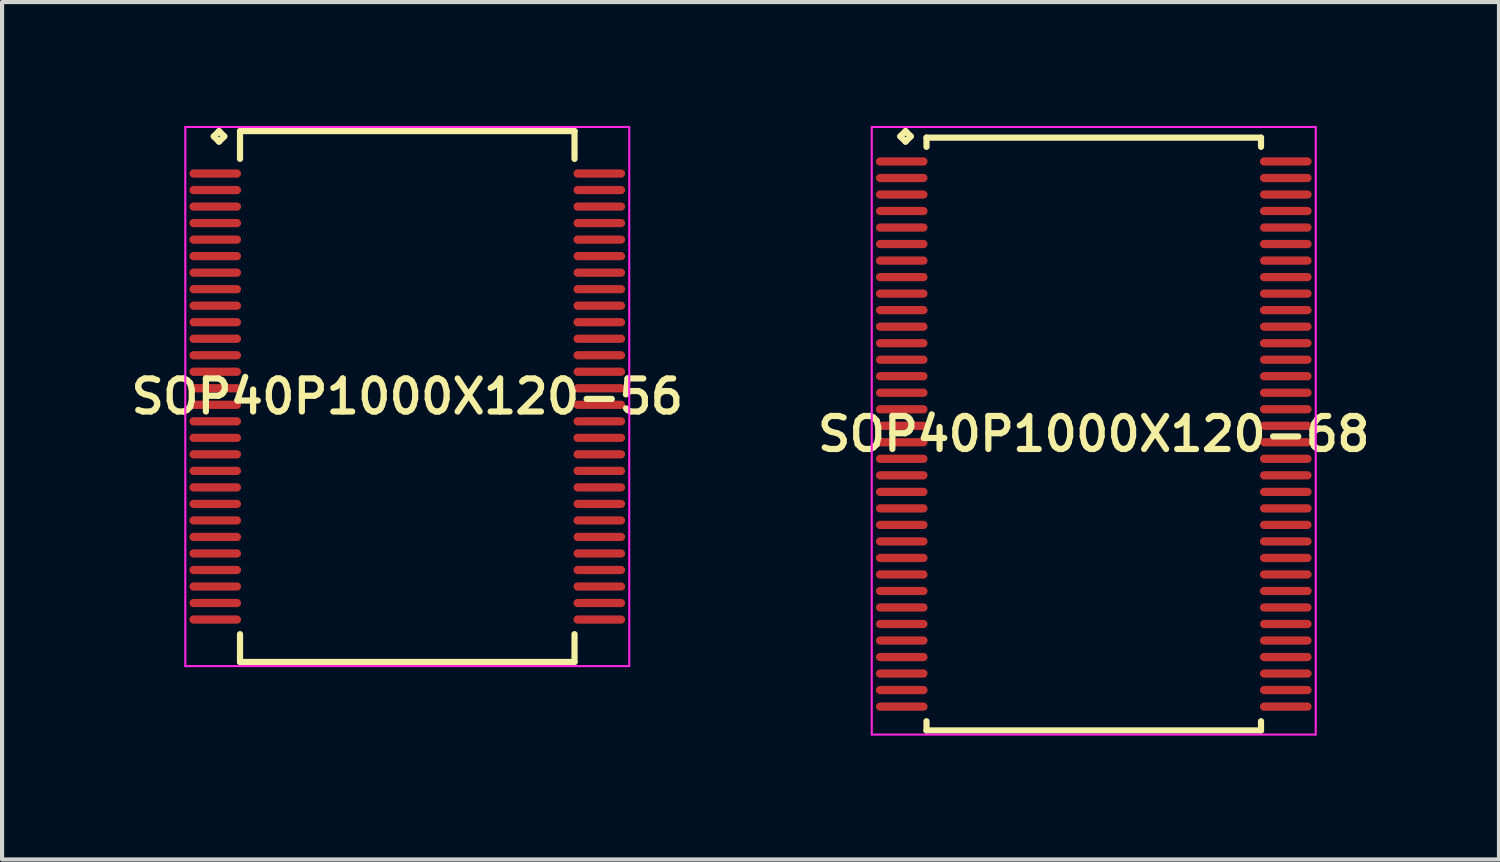
<source format=kicad_pcb>
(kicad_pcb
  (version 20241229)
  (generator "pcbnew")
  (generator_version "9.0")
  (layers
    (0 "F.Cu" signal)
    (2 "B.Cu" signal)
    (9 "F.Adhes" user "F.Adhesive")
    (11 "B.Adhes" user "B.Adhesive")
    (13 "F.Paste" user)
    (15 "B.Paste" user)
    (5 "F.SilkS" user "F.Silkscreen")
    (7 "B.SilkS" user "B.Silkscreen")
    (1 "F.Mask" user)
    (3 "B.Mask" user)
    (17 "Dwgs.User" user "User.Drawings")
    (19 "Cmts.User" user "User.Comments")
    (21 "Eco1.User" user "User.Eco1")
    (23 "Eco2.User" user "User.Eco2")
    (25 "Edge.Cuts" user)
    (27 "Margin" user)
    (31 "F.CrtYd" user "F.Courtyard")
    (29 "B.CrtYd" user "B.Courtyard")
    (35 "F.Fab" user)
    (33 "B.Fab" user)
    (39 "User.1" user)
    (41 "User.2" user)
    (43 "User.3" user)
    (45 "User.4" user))
  (footprint "SOP40P1000X120-68"
    (layer "F.Cu")
    (at 23.435 7.46)
    (property "Reference" "SOP40P1000X120-68" (at 0 0 0) (layer "F.SilkS") (effects (font (size 0.8 0.8) (thickness 0.15))))
    (attr smd)
    (fp_line (start -4.685 -7.208) (end -4.558 -7.335) (stroke (width 0.15) (type solid)) (layer "F.SilkS"))
    (fp_line (start -4.558 -7.335) (end -4.431 -7.208) (stroke (width 0.15) (type solid)) (layer "F.SilkS"))
    (fp_line (start -4.558 -7.081) (end -4.685 -7.208) (stroke (width 0.15) (type solid)) (layer "F.SilkS"))
    (fp_line (start -4.431 -7.208) (end -4.558 -7.081) (stroke (width 0.15) (type solid)) (layer "F.SilkS"))
    (fp_line (start -4.05 -7.177) (end 4.05 -7.177) (stroke (width 0.15) (type solid)) (layer "F.SilkS"))
    (fp_line (start -4.05 -6.954) (end -4.05 -7.177) (stroke (width 0.15) (type solid)) (layer "F.SilkS"))
    (fp_line (start -4.05 6.954) (end -4.05 7.177) (stroke (width 0.15) (type solid)) (layer "F.SilkS"))
    (fp_line (start -4.05 7.177) (end 4.05 7.177) (stroke (width 0.15) (type solid)) (layer "F.SilkS"))
    (fp_line (start 4.05 -7.177) (end 4.05 -6.954) (stroke (width 0.15) (type solid)) (layer "F.SilkS"))
    (fp_line (start 4.05 7.177) (end 4.05 6.954) (stroke (width 0.15) (type solid)) (layer "F.SilkS"))
    (fp_line (start -5.375 -7.435) (end 5.375 -7.435) (stroke (width 0.05) (type solid)) (layer "F.CrtYd"))
    (fp_line (start -5.375 7.277) (end -5.375 -7.435) (stroke (width 0.05) (type solid)) (layer "F.CrtYd"))
    (fp_line (start 5.375 -7.435) (end 5.375 7.277) (stroke (width 0.05) (type solid)) (layer "F.CrtYd"))
    (fp_line (start 5.375 7.277) (end -5.375 7.277) (stroke (width 0.05) (type solid)) (layer "F.CrtYd"))
    (pad "1" smd oval (at -4.65 -6.6) (size 1.25 0.2) (layers "F.Cu" "F.Mask" "F.Paste"))
    (pad "2" smd oval (at -4.65 -6.2) (size 1.25 0.2) (layers "F.Cu" "F.Mask" "F.Paste"))
    (pad "3" smd oval (at -4.65 -5.8) (size 1.25 0.2) (layers "F.Cu" "F.Mask" "F.Paste"))
    (pad "4" smd oval (at -4.65 -5.4) (size 1.25 0.2) (layers "F.Cu" "F.Mask" "F.Paste"))
    (pad "5" smd oval (at -4.65 -5) (size 1.25 0.2) (layers "F.Cu" "F.Mask" "F.Paste"))
    (pad "6" smd oval (at -4.65 -4.6) (size 1.25 0.2) (layers "F.Cu" "F.Mask" "F.Paste"))
    (pad "7" smd oval (at -4.65 -4.2) (size 1.25 0.2) (layers "F.Cu" "F.Mask" "F.Paste"))
    (pad "8" smd oval (at -4.65 -3.8) (size 1.25 0.2) (layers "F.Cu" "F.Mask" "F.Paste"))
    (pad "9" smd oval (at -4.65 -3.4) (size 1.25 0.2) (layers "F.Cu" "F.Mask" "F.Paste"))
    (pad "10" smd oval (at -4.65 -3) (size 1.25 0.2) (layers "F.Cu" "F.Mask" "F.Paste"))
    (pad "11" smd oval (at -4.65 -2.6) (size 1.25 0.2) (layers "F.Cu" "F.Mask" "F.Paste"))
    (pad "12" smd oval (at -4.65 -2.2) (size 1.25 0.2) (layers "F.Cu" "F.Mask" "F.Paste"))
    (pad "13" smd oval (at -4.65 -1.8) (size 1.25 0.2) (layers "F.Cu" "F.Mask" "F.Paste"))
    (pad "14" smd oval (at -4.65 -1.4) (size 1.25 0.2) (layers "F.Cu" "F.Mask" "F.Paste"))
    (pad "15" smd oval (at -4.65 -1) (size 1.25 0.2) (layers "F.Cu" "F.Mask" "F.Paste"))
    (pad "16" smd oval (at -4.65 -0.6) (size 1.25 0.2) (layers "F.Cu" "F.Mask" "F.Paste"))
    (pad "17" smd oval (at -4.65 -0.2) (size 1.25 0.2) (layers "F.Cu" "F.Mask" "F.Paste"))
    (pad "18" smd oval (at -4.65 0.2) (size 1.25 0.2) (layers "F.Cu" "F.Mask" "F.Paste"))
    (pad "19" smd oval (at -4.65 0.6) (size 1.25 0.2) (layers "F.Cu" "F.Mask" "F.Paste"))
    (pad "20" smd oval (at -4.65 1) (size 1.25 0.2) (layers "F.Cu" "F.Mask" "F.Paste"))
    (pad "21" smd oval (at -4.65 1.4) (size 1.25 0.2) (layers "F.Cu" "F.Mask" "F.Paste"))
    (pad "22" smd oval (at -4.65 1.8) (size 1.25 0.2) (layers "F.Cu" "F.Mask" "F.Paste"))
    (pad "23" smd oval (at -4.65 2.2) (size 1.25 0.2) (layers "F.Cu" "F.Mask" "F.Paste"))
    (pad "24" smd oval (at -4.65 2.6) (size 1.25 0.2) (layers "F.Cu" "F.Mask" "F.Paste"))
    (pad "25" smd oval (at -4.65 3) (size 1.25 0.2) (layers "F.Cu" "F.Mask" "F.Paste"))
    (pad "26" smd oval (at -4.65 3.4) (size 1.25 0.2) (layers "F.Cu" "F.Mask" "F.Paste"))
    (pad "27" smd oval (at -4.65 3.8) (size 1.25 0.2) (layers "F.Cu" "F.Mask" "F.Paste"))
    (pad "28" smd oval (at -4.65 4.2) (size 1.25 0.2) (layers "F.Cu" "F.Mask" "F.Paste"))
    (pad "29" smd oval (at -4.65 4.6) (size 1.25 0.2) (layers "F.Cu" "F.Mask" "F.Paste"))
    (pad "30" smd oval (at -4.65 5) (size 1.25 0.2) (layers "F.Cu" "F.Mask" "F.Paste"))
    (pad "31" smd oval (at -4.65 5.4) (size 1.25 0.2) (layers "F.Cu" "F.Mask" "F.Paste"))
    (pad "32" smd oval (at -4.65 5.8) (size 1.25 0.2) (layers "F.Cu" "F.Mask" "F.Paste"))
    (pad "33" smd oval (at -4.65 6.2) (size 1.25 0.2) (layers "F.Cu" "F.Mask" "F.Paste"))
    (pad "34" smd oval (at -4.65 6.6) (size 1.25 0.2) (layers "F.Cu" "F.Mask" "F.Paste"))
    (pad "35" smd oval (at 4.65 6.6) (size 1.25 0.2) (layers "F.Cu" "F.Mask" "F.Paste"))
    (pad "36" smd oval (at 4.65 6.2) (size 1.25 0.2) (layers "F.Cu" "F.Mask" "F.Paste"))
    (pad "37" smd oval (at 4.65 5.8) (size 1.25 0.2) (layers "F.Cu" "F.Mask" "F.Paste"))
    (pad "38" smd oval (at 4.65 5.4) (size 1.25 0.2) (layers "F.Cu" "F.Mask" "F.Paste"))
    (pad "39" smd oval (at 4.65 5) (size 1.25 0.2) (layers "F.Cu" "F.Mask" "F.Paste"))
    (pad "40" smd oval (at 4.65 4.6) (size 1.25 0.2) (layers "F.Cu" "F.Mask" "F.Paste"))
    (pad "41" smd oval (at 4.65 4.2) (size 1.25 0.2) (layers "F.Cu" "F.Mask" "F.Paste"))
    (pad "42" smd oval (at 4.65 3.8) (size 1.25 0.2) (layers "F.Cu" "F.Mask" "F.Paste"))
    (pad "43" smd oval (at 4.65 3.4) (size 1.25 0.2) (layers "F.Cu" "F.Mask" "F.Paste"))
    (pad "44" smd oval (at 4.65 3) (size 1.25 0.2) (layers "F.Cu" "F.Mask" "F.Paste"))
    (pad "45" smd oval (at 4.65 2.6) (size 1.25 0.2) (layers "F.Cu" "F.Mask" "F.Paste"))
    (pad "46" smd oval (at 4.65 2.2) (size 1.25 0.2) (layers "F.Cu" "F.Mask" "F.Paste"))
    (pad "47" smd oval (at 4.65 1.8) (size 1.25 0.2) (layers "F.Cu" "F.Mask" "F.Paste"))
    (pad "48" smd oval (at 4.65 1.4) (size 1.25 0.2) (layers "F.Cu" "F.Mask" "F.Paste"))
    (pad "49" smd oval (at 4.65 1) (size 1.25 0.2) (layers "F.Cu" "F.Mask" "F.Paste"))
    (pad "50" smd oval (at 4.65 0.6) (size 1.25 0.2) (layers "F.Cu" "F.Mask" "F.Paste"))
    (pad "51" smd oval (at 4.65 0.2) (size 1.25 0.2) (layers "F.Cu" "F.Mask" "F.Paste"))
    (pad "52" smd oval (at 4.65 -0.2) (size 1.25 0.2) (layers "F.Cu" "F.Mask" "F.Paste"))
    (pad "53" smd oval (at 4.65 -0.6) (size 1.25 0.2) (layers "F.Cu" "F.Mask" "F.Paste"))
    (pad "54" smd oval (at 4.65 -1) (size 1.25 0.2) (layers "F.Cu" "F.Mask" "F.Paste"))
    (pad "55" smd oval (at 4.65 -1.4) (size 1.25 0.2) (layers "F.Cu" "F.Mask" "F.Paste"))
    (pad "56" smd oval (at 4.65 -1.8) (size 1.25 0.2) (layers "F.Cu" "F.Mask" "F.Paste"))
    (pad "57" smd oval (at 4.65 -2.2) (size 1.25 0.2) (layers "F.Cu" "F.Mask" "F.Paste"))
    (pad "58" smd oval (at 4.65 -2.6) (size 1.25 0.2) (layers "F.Cu" "F.Mask" "F.Paste"))
    (pad "59" smd oval (at 4.65 -3) (size 1.25 0.2) (layers "F.Cu" "F.Mask" "F.Paste"))
    (pad "60" smd oval (at 4.65 -3.4) (size 1.25 0.2) (layers "F.Cu" "F.Mask" "F.Paste"))
    (pad "61" smd oval (at 4.65 -3.8) (size 1.25 0.2) (layers "F.Cu" "F.Mask" "F.Paste"))
    (pad "62" smd oval (at 4.65 -4.2) (size 1.25 0.2) (layers "F.Cu" "F.Mask" "F.Paste"))
    (pad "63" smd oval (at 4.65 -4.6) (size 1.25 0.2) (layers "F.Cu" "F.Mask" "F.Paste"))
    (pad "64" smd oval (at 4.65 -5) (size 1.25 0.2) (layers "F.Cu" "F.Mask" "F.Paste"))
    (pad "65" smd oval (at 4.65 -5.4) (size 1.25 0.2) (layers "F.Cu" "F.Mask" "F.Paste"))
    (pad "66" smd oval (at 4.65 -5.8) (size 1.25 0.2) (layers "F.Cu" "F.Mask" "F.Paste"))
    (pad "67" smd oval (at 4.65 -6.2) (size 1.25 0.2) (layers "F.Cu" "F.Mask" "F.Paste"))
    (pad "68" smd oval (at 4.65 -6.6) (size 1.25 0.2) (layers "F.Cu" "F.Mask" "F.Paste")))
  (footprint "SOP40P1000X120-56"
    (layer "F.Cu")
    (at 6.812 6.552)
    (property "Reference" "SOP40P1000X120-56" (at 0 0 0) (layer "F.SilkS") (effects (font (size 0.8 0.8) (thickness 0.15))))
    (attr smd)
    (fp_line (start -4.685 -6.3) (end -4.558 -6.427) (stroke (width 0.15) (type solid)) (layer "F.SilkS"))
    (fp_line (start -4.558 -6.427) (end -4.431 -6.3) (stroke (width 0.15) (type solid)) (layer "F.SilkS"))
    (fp_line (start -4.558 -6.173) (end -4.685 -6.3) (stroke (width 0.15) (type solid)) (layer "F.SilkS"))
    (fp_line (start -4.431 -6.3) (end -4.558 -6.173) (stroke (width 0.15) (type solid)) (layer "F.SilkS"))
    (fp_line (start -4.05 -6.427) (end 4.05 -6.427) (stroke (width 0.15) (type solid)) (layer "F.SilkS"))
    (fp_line (start -4.05 -5.754) (end -4.05 -6.427) (stroke (width 0.15) (type solid)) (layer "F.SilkS"))
    (fp_line (start -4.05 5.754) (end -4.05 6.427) (stroke (width 0.15) (type solid)) (layer "F.SilkS"))
    (fp_line (start -4.05 6.427) (end 4.05 6.427) (stroke (width 0.15) (type solid)) (layer "F.SilkS"))
    (fp_line (start 4.05 -6.427) (end 4.05 -5.754) (stroke (width 0.15) (type solid)) (layer "F.SilkS"))
    (fp_line (start 4.05 6.427) (end 4.05 5.754) (stroke (width 0.15) (type solid)) (layer "F.SilkS"))
    (fp_line (start -5.375 -6.527) (end 5.375 -6.527) (stroke (width 0.05) (type solid)) (layer "F.CrtYd"))
    (fp_line (start -5.375 6.527) (end -5.375 -6.527) (stroke (width 0.05) (type solid)) (layer "F.CrtYd"))
    (fp_line (start 5.375 -6.527) (end 5.375 6.527) (stroke (width 0.05) (type solid)) (layer "F.CrtYd"))
    (fp_line (start 5.375 6.527) (end -5.375 6.527) (stroke (width 0.05) (type solid)) (layer "F.CrtYd"))
    (pad "1" smd oval (at -4.65 -5.4) (size 1.25 0.2) (layers "F.Cu" "F.Mask" "F.Paste"))
    (pad "2" smd oval (at -4.65 -5) (size 1.25 0.2) (layers "F.Cu" "F.Mask" "F.Paste"))
    (pad "3" smd oval (at -4.65 -4.6) (size 1.25 0.2) (layers "F.Cu" "F.Mask" "F.Paste"))
    (pad "4" smd oval (at -4.65 -4.2) (size 1.25 0.2) (layers "F.Cu" "F.Mask" "F.Paste"))
    (pad "5" smd oval (at -4.65 -3.8) (size 1.25 0.2) (layers "F.Cu" "F.Mask" "F.Paste"))
    (pad "6" smd oval (at -4.65 -3.4) (size 1.25 0.2) (layers "F.Cu" "F.Mask" "F.Paste"))
    (pad "7" smd oval (at -4.65 -3) (size 1.25 0.2) (layers "F.Cu" "F.Mask" "F.Paste"))
    (pad "8" smd oval (at -4.65 -2.6) (size 1.25 0.2) (layers "F.Cu" "F.Mask" "F.Paste"))
    (pad "9" smd oval (at -4.65 -2.2) (size 1.25 0.2) (layers "F.Cu" "F.Mask" "F.Paste"))
    (pad "10" smd oval (at -4.65 -1.8) (size 1.25 0.2) (layers "F.Cu" "F.Mask" "F.Paste"))
    (pad "11" smd oval (at -4.65 -1.4) (size 1.25 0.2) (layers "F.Cu" "F.Mask" "F.Paste"))
    (pad "12" smd oval (at -4.65 -1) (size 1.25 0.2) (layers "F.Cu" "F.Mask" "F.Paste"))
    (pad "13" smd oval (at -4.65 -0.6) (size 1.25 0.2) (layers "F.Cu" "F.Mask" "F.Paste"))
    (pad "14" smd oval (at -4.65 -0.2) (size 1.25 0.2) (layers "F.Cu" "F.Mask" "F.Paste"))
    (pad "15" smd oval (at -4.65 0.2) (size 1.25 0.2) (layers "F.Cu" "F.Mask" "F.Paste"))
    (pad "16" smd oval (at -4.65 0.6) (size 1.25 0.2) (layers "F.Cu" "F.Mask" "F.Paste"))
    (pad "17" smd oval (at -4.65 1) (size 1.25 0.2) (layers "F.Cu" "F.Mask" "F.Paste"))
    (pad "18" smd oval (at -4.65 1.4) (size 1.25 0.2) (layers "F.Cu" "F.Mask" "F.Paste"))
    (pad "19" smd oval (at -4.65 1.8) (size 1.25 0.2) (layers "F.Cu" "F.Mask" "F.Paste"))
    (pad "20" smd oval (at -4.65 2.2) (size 1.25 0.2) (layers "F.Cu" "F.Mask" "F.Paste"))
    (pad "21" smd oval (at -4.65 2.6) (size 1.25 0.2) (layers "F.Cu" "F.Mask" "F.Paste"))
    (pad "22" smd oval (at -4.65 3) (size 1.25 0.2) (layers "F.Cu" "F.Mask" "F.Paste"))
    (pad "23" smd oval (at -4.65 3.4) (size 1.25 0.2) (layers "F.Cu" "F.Mask" "F.Paste"))
    (pad "24" smd oval (at -4.65 3.8) (size 1.25 0.2) (layers "F.Cu" "F.Mask" "F.Paste"))
    (pad "25" smd oval (at -4.65 4.2) (size 1.25 0.2) (layers "F.Cu" "F.Mask" "F.Paste"))
    (pad "26" smd oval (at -4.65 4.6) (size 1.25 0.2) (layers "F.Cu" "F.Mask" "F.Paste"))
    (pad "27" smd oval (at -4.65 5) (size 1.25 0.2) (layers "F.Cu" "F.Mask" "F.Paste"))
    (pad "28" smd oval (at -4.65 5.4) (size 1.25 0.2) (layers "F.Cu" "F.Mask" "F.Paste"))
    (pad "29" smd oval (at 4.65 5.4) (size 1.25 0.2) (layers "F.Cu" "F.Mask" "F.Paste"))
    (pad "30" smd oval (at 4.65 5) (size 1.25 0.2) (layers "F.Cu" "F.Mask" "F.Paste"))
    (pad "31" smd oval (at 4.65 4.6) (size 1.25 0.2) (layers "F.Cu" "F.Mask" "F.Paste"))
    (pad "32" smd oval (at 4.65 4.2) (size 1.25 0.2) (layers "F.Cu" "F.Mask" "F.Paste"))
    (pad "33" smd oval (at 4.65 3.8) (size 1.25 0.2) (layers "F.Cu" "F.Mask" "F.Paste"))
    (pad "34" smd oval (at 4.65 3.4) (size 1.25 0.2) (layers "F.Cu" "F.Mask" "F.Paste"))
    (pad "35" smd oval (at 4.65 3) (size 1.25 0.2) (layers "F.Cu" "F.Mask" "F.Paste"))
    (pad "36" smd oval (at 4.65 2.6) (size 1.25 0.2) (layers "F.Cu" "F.Mask" "F.Paste"))
    (pad "37" smd oval (at 4.65 2.2) (size 1.25 0.2) (layers "F.Cu" "F.Mask" "F.Paste"))
    (pad "38" smd oval (at 4.65 1.8) (size 1.25 0.2) (layers "F.Cu" "F.Mask" "F.Paste"))
    (pad "39" smd oval (at 4.65 1.4) (size 1.25 0.2) (layers "F.Cu" "F.Mask" "F.Paste"))
    (pad "40" smd oval (at 4.65 1) (size 1.25 0.2) (layers "F.Cu" "F.Mask" "F.Paste"))
    (pad "41" smd oval (at 4.65 0.6) (size 1.25 0.2) (layers "F.Cu" "F.Mask" "F.Paste"))
    (pad "42" smd oval (at 4.65 0.2) (size 1.25 0.2) (layers "F.Cu" "F.Mask" "F.Paste"))
    (pad "43" smd oval (at 4.65 -0.2) (size 1.25 0.2) (layers "F.Cu" "F.Mask" "F.Paste"))
    (pad "44" smd oval (at 4.65 -0.6) (size 1.25 0.2) (layers "F.Cu" "F.Mask" "F.Paste"))
    (pad "45" smd oval (at 4.65 -1) (size 1.25 0.2) (layers "F.Cu" "F.Mask" "F.Paste"))
    (pad "46" smd oval (at 4.65 -1.4) (size 1.25 0.2) (layers "F.Cu" "F.Mask" "F.Paste"))
    (pad "47" smd oval (at 4.65 -1.8) (size 1.25 0.2) (layers "F.Cu" "F.Mask" "F.Paste"))
    (pad "48" smd oval (at 4.65 -2.2) (size 1.25 0.2) (layers "F.Cu" "F.Mask" "F.Paste"))
    (pad "49" smd oval (at 4.65 -2.6) (size 1.25 0.2) (layers "F.Cu" "F.Mask" "F.Paste"))
    (pad "50" smd oval (at 4.65 -3) (size 1.25 0.2) (layers "F.Cu" "F.Mask" "F.Paste"))
    (pad "51" smd oval (at 4.65 -3.4) (size 1.25 0.2) (layers "F.Cu" "F.Mask" "F.Paste"))
    (pad "52" smd oval (at 4.65 -3.8) (size 1.25 0.2) (layers "F.Cu" "F.Mask" "F.Paste"))
    (pad "53" smd oval (at 4.65 -4.2) (size 1.25 0.2) (layers "F.Cu" "F.Mask" "F.Paste"))
    (pad "54" smd oval (at 4.65 -4.6) (size 1.25 0.2) (layers "F.Cu" "F.Mask" "F.Paste"))
    (pad "55" smd oval (at 4.65 -5) (size 1.25 0.2) (layers "F.Cu" "F.Mask" "F.Paste"))
    (pad "56" smd oval (at 4.65 -5.4) (size 1.25 0.2) (layers "F.Cu" "F.Mask" "F.Paste")))
  (gr_rect
    (start -3 -3)
    (end 33.247 17.762)
    (stroke (width 0.1) (type default))
    (fill no)
    (layer "Edge.Cuts")))
</source>
